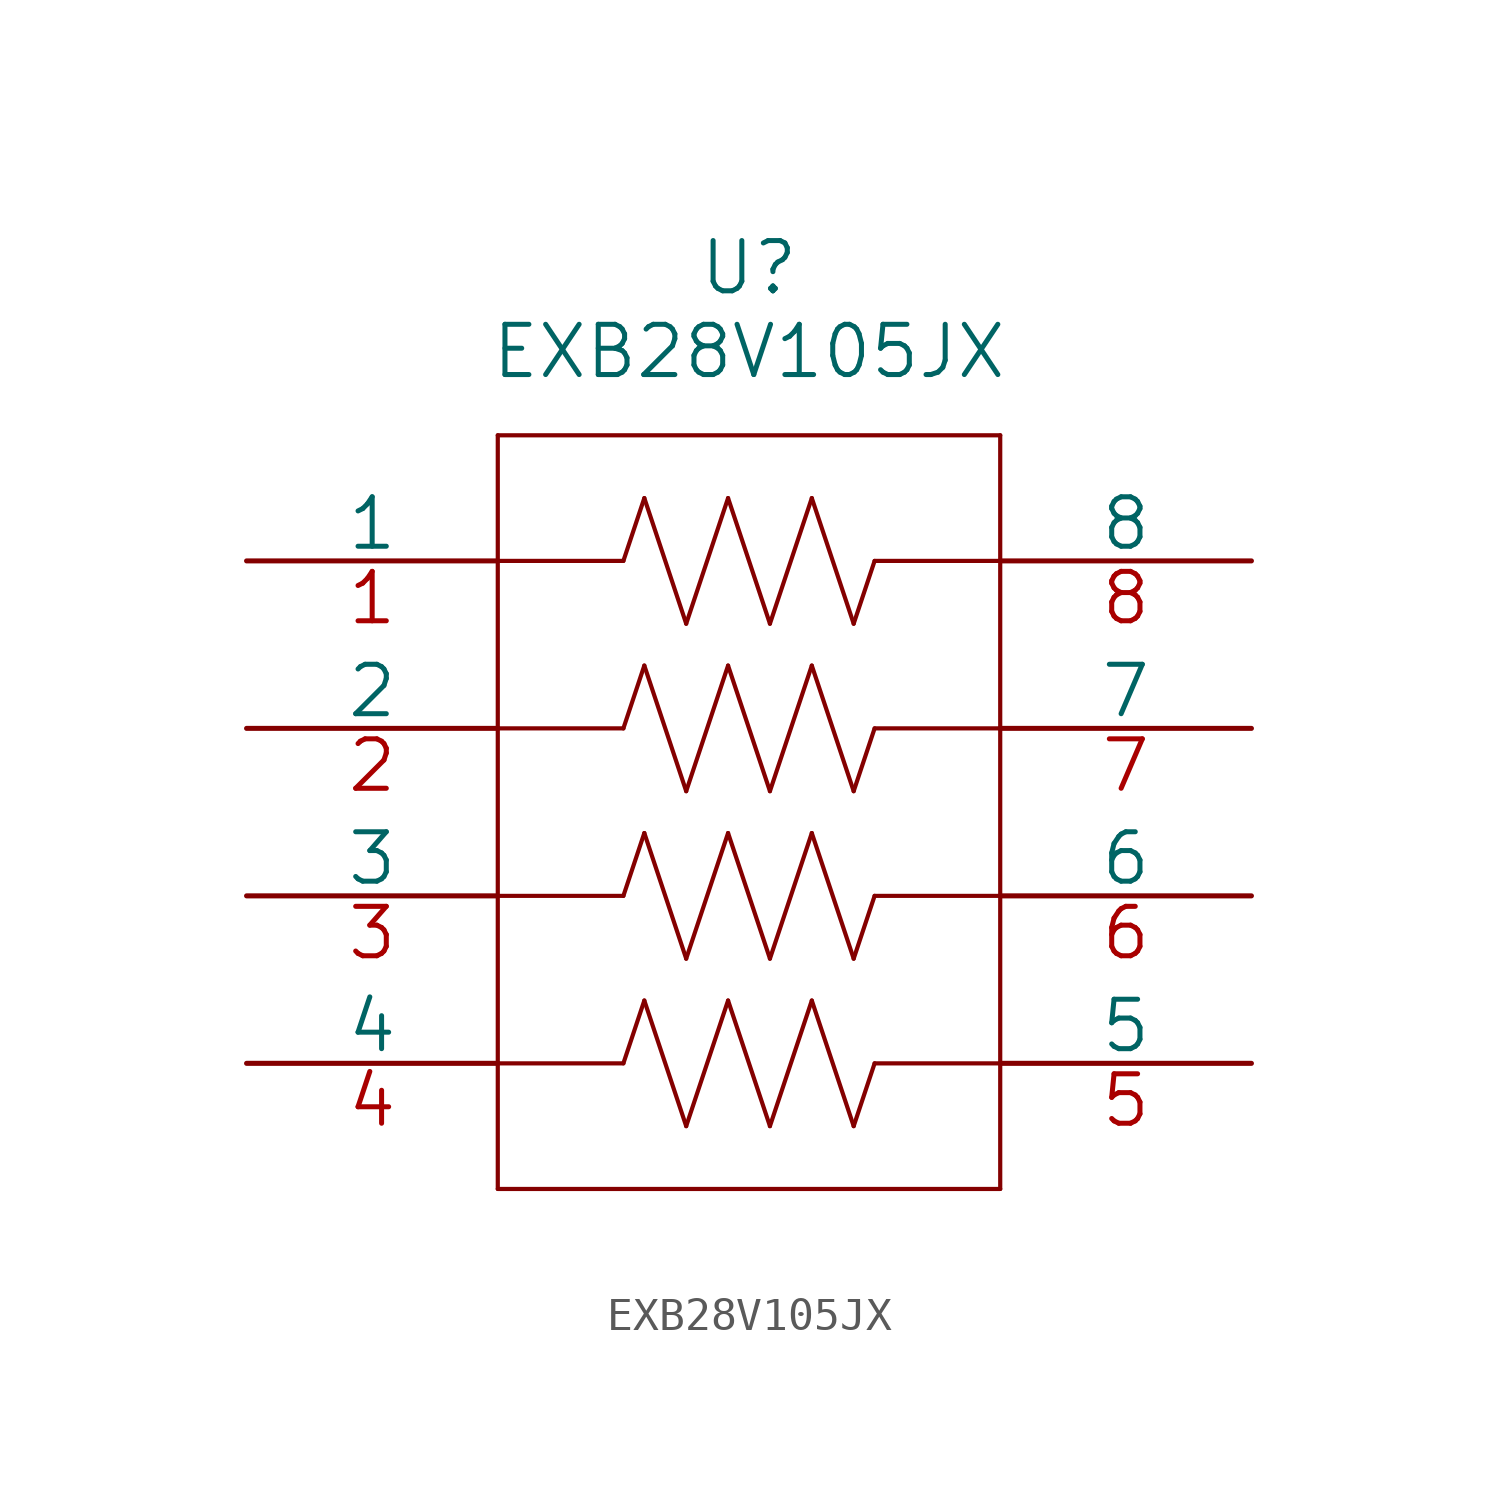
<source format=kicad_sym>
(kicad_symbol_lib
  (version 20211014)
  (generator kicad_symbol_editor)
  (symbol "EXB28V105JX"
    (pin_names
      (offset 0))
    (property "Reference" "U"
      (at 15.24 8.89 0)
      (effects (font (size 1.524 1.524))))
    (property "Value" "EXB28V105JX"
      (at 15.24 6.35 0)
      (effects (font (size 1.524 1.524))))
    (property "Datasheet" ""
      (at 0 0 0)
      (effects (font (size 1.524 1.524))))
    (property "ki_locked" ""
      (at 0 0 0)
      (effects (font (size 1.27 1.27))))
    (symbol "EXB28V105JX_1_1"
      (polyline (pts (xy 7.62 -19.05) (xy 22.86 -19.05)) (stroke (width 0.127) (type default) (color 0 0 0 0)) (fill (type none)))
      (polyline (pts (xy 7.62 3.81) (xy 7.62 -19.05)) (stroke (width 0.127) (type default) (color 0 0 0 0)) (fill (type none)))
      (polyline (pts (xy 11.43 -15.24) (xy 7.62 -15.24)) (stroke (width 0.127) (type default) (color 0 0 0 0)) (fill (type none)))
      (polyline (pts (xy 11.43 -15.24) (xy 12.065 -13.335)) (stroke (width 0.127) (type default) (color 0 0 0 0)) (fill (type none)))
      (polyline (pts (xy 11.43 -10.16) (xy 7.62 -10.16)) (stroke (width 0.127) (type default) (color 0 0 0 0)) (fill (type none)))
      (polyline (pts (xy 11.43 -10.16) (xy 12.065 -8.255)) (stroke (width 0.127) (type default) (color 0 0 0 0)) (fill (type none)))
      (polyline (pts (xy 11.43 -5.08) (xy 7.62 -5.08)) (stroke (width 0.127) (type default) (color 0 0 0 0)) (fill (type none)))
      (polyline (pts (xy 11.43 -5.08) (xy 12.065 -3.175)) (stroke (width 0.127) (type default) (color 0 0 0 0)) (fill (type none)))
      (polyline (pts (xy 11.43 0) (xy 7.62 0)) (stroke (width 0.127) (type default) (color 0 0 0 0)) (fill (type none)))
      (polyline (pts (xy 11.43 0) (xy 12.065 1.905)) (stroke (width 0.127) (type default) (color 0 0 0 0)) (fill (type none)))
      (polyline (pts (xy 12.065 -13.335) (xy 13.335 -17.145)) (stroke (width 0.127) (type default) (color 0 0 0 0)) (fill (type none)))
      (polyline (pts (xy 12.065 -8.255) (xy 13.335 -12.065)) (stroke (width 0.127) (type default) (color 0 0 0 0)) (fill (type none)))
      (polyline (pts (xy 12.065 -3.175) (xy 13.335 -6.985)) (stroke (width 0.127) (type default) (color 0 0 0 0)) (fill (type none)))
      (polyline (pts (xy 12.065 1.905) (xy 13.335 -1.905)) (stroke (width 0.127) (type default) (color 0 0 0 0)) (fill (type none)))
      (polyline (pts (xy 13.335 -17.145) (xy 14.605 -13.335)) (stroke (width 0.127) (type default) (color 0 0 0 0)) (fill (type none)))
      (polyline (pts (xy 13.335 -12.065) (xy 14.605 -8.255)) (stroke (width 0.127) (type default) (color 0 0 0 0)) (fill (type none)))
      (polyline (pts (xy 13.335 -6.985) (xy 14.605 -3.175)) (stroke (width 0.127) (type default) (color 0 0 0 0)) (fill (type none)))
      (polyline (pts (xy 13.335 -1.905) (xy 14.605 1.905)) (stroke (width 0.127) (type default) (color 0 0 0 0)) (fill (type none)))
      (polyline (pts (xy 14.605 -13.335) (xy 15.875 -17.145)) (stroke (width 0.127) (type default) (color 0 0 0 0)) (fill (type none)))
      (polyline (pts (xy 14.605 -8.255) (xy 15.875 -12.065)) (stroke (width 0.127) (type default) (color 0 0 0 0)) (fill (type none)))
      (polyline (pts (xy 14.605 -3.175) (xy 15.875 -6.985)) (stroke (width 0.127) (type default) (color 0 0 0 0)) (fill (type none)))
      (polyline (pts (xy 14.605 1.905) (xy 15.875 -1.905)) (stroke (width 0.127) (type default) (color 0 0 0 0)) (fill (type none)))
      (polyline (pts (xy 15.875 -17.145) (xy 17.145 -13.335)) (stroke (width 0.127) (type default) (color 0 0 0 0)) (fill (type none)))
      (polyline (pts (xy 15.875 -12.065) (xy 17.145 -8.255)) (stroke (width 0.127) (type default) (color 0 0 0 0)) (fill (type none)))
      (polyline (pts (xy 15.875 -6.985) (xy 17.145 -3.175)) (stroke (width 0.127) (type default) (color 0 0 0 0)) (fill (type none)))
      (polyline (pts (xy 15.875 -1.905) (xy 17.145 1.905)) (stroke (width 0.127) (type default) (color 0 0 0 0)) (fill (type none)))
      (polyline (pts (xy 17.145 -13.335) (xy 18.415 -17.145)) (stroke (width 0.127) (type default) (color 0 0 0 0)) (fill (type none)))
      (polyline (pts (xy 17.145 -8.255) (xy 18.415 -12.065)) (stroke (width 0.127) (type default) (color 0 0 0 0)) (fill (type none)))
      (polyline (pts (xy 17.145 -3.175) (xy 18.415 -6.985)) (stroke (width 0.127) (type default) (color 0 0 0 0)) (fill (type none)))
      (polyline (pts (xy 17.145 1.905) (xy 18.415 -1.905)) (stroke (width 0.127) (type default) (color 0 0 0 0)) (fill (type none)))
      (polyline (pts (xy 18.415 -17.145) (xy 19.05 -15.24)) (stroke (width 0.127) (type default) (color 0 0 0 0)) (fill (type none)))
      (polyline (pts (xy 18.415 -12.065) (xy 19.05 -10.16)) (stroke (width 0.127) (type default) (color 0 0 0 0)) (fill (type none)))
      (polyline (pts (xy 18.415 -6.985) (xy 19.05 -5.08)) (stroke (width 0.127) (type default) (color 0 0 0 0)) (fill (type none)))
      (polyline (pts (xy 18.415 -1.905) (xy 19.05 0)) (stroke (width 0.127) (type default) (color 0 0 0 0)) (fill (type none)))
      (polyline (pts (xy 19.05 -15.24) (xy 22.86 -15.24)) (stroke (width 0.127) (type default) (color 0 0 0 0)) (fill (type none)))
      (polyline (pts (xy 19.05 -10.16) (xy 22.86 -10.16)) (stroke (width 0.127) (type default) (color 0 0 0 0)) (fill (type none)))
      (polyline (pts (xy 19.05 -5.08) (xy 22.86 -5.08)) (stroke (width 0.127) (type default) (color 0 0 0 0)) (fill (type none)))
      (polyline (pts (xy 19.05 0) (xy 22.86 0)) (stroke (width 0.127) (type default) (color 0 0 0 0)) (fill (type none)))
      (polyline (pts (xy 22.86 -19.05) (xy 22.86 3.81)) (stroke (width 0.127) (type default) (color 0 0 0 0)) (fill (type none)))
      (polyline (pts (xy 22.86 3.81) (xy 7.62 3.81)) (stroke (width 0.127) (type default) (color 0 0 0 0)) (fill (type none)))
      (pin unspecified line (at 0 0 0) (length 7.62) (name "1" (effects (font (size 1.499 1.499)))) (number "1" (effects (font (size 1.499 1.499)))))
      (pin unspecified line (at 0 -5.08 0) (length 7.62) (name "2" (effects (font (size 1.499 1.499)))) (number "2" (effects (font (size 1.499 1.499)))))
      (pin unspecified line (at 0 -10.16 0) (length 7.62) (name "3" (effects (font (size 1.499 1.499)))) (number "3" (effects (font (size 1.499 1.499)))))
      (pin unspecified line (at 0 -15.24 0) (length 7.62) (name "4" (effects (font (size 1.499 1.499)))) (number "4" (effects (font (size 1.499 1.499)))))
      (pin unspecified line (at 30.48 -15.24 180) (length 7.62) (name "5" (effects (font (size 1.499 1.499)))) (number "5" (effects (font (size 1.499 1.499)))))
      (pin unspecified line (at 30.48 -10.16 180) (length 7.62) (name "6" (effects (font (size 1.499 1.499)))) (number "6" (effects (font (size 1.499 1.499)))))
      (pin unspecified line (at 30.48 -5.08 180) (length 7.62) (name "7" (effects (font (size 1.499 1.499)))) (number "7" (effects (font (size 1.499 1.499)))))
      (pin unspecified line (at 30.48 0 180) (length 7.62) (name "8" (effects (font (size 1.499 1.499)))) (number "8" (effects (font (size 1.499 1.499))))))))
</source>
